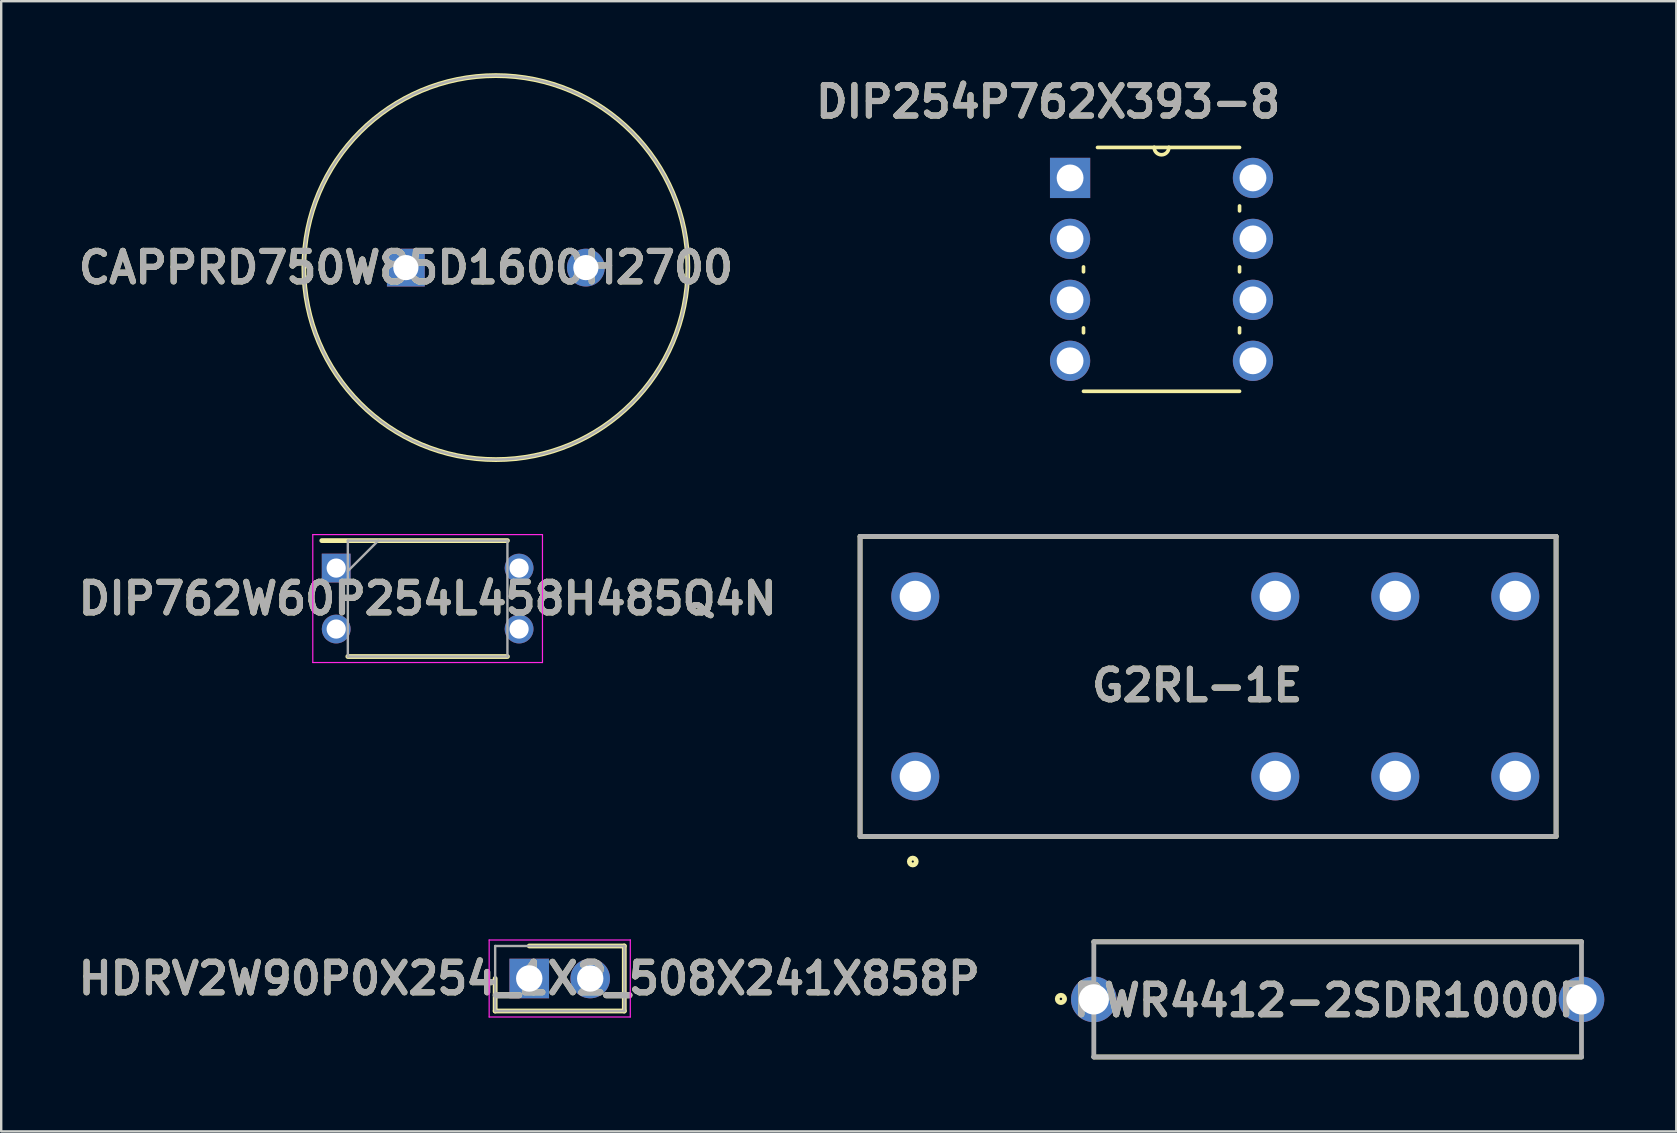
<source format=kicad_pcb>
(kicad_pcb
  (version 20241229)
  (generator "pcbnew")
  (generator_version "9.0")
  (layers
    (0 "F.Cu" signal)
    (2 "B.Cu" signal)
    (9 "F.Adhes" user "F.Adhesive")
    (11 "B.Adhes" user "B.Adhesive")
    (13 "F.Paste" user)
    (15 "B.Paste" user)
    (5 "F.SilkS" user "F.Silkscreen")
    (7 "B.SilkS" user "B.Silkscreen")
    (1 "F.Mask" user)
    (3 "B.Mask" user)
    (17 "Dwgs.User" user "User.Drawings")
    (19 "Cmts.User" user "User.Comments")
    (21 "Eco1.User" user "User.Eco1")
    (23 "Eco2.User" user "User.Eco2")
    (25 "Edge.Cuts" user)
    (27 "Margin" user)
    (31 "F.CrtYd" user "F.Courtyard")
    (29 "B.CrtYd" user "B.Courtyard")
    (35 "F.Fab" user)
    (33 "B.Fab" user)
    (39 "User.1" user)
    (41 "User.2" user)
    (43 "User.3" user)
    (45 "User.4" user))
  (footprint "CAPPRD750W85D1600H2700"
    (layer "F.Cu")
    (at 13.861 8.1)
    (property "Reference" "CAPPRD750W85D1600H2700" (at 0 0 0) (layer "F.SilkS") (effects (font (size 1.27 1.27) (thickness 0.254))))
    (attr through_hole)
    (fp_circle (center 3.75 0) (end 3.75 8) (stroke (width 0.2) (type solid)) (fill no) (layer "F.SilkS"))
    (fp_circle (center 3.75 0) (end 3.75 8) (stroke (width 0.1) (type solid)) (fill no) (layer "F.Fab"))
    (fp_text user "${REFERENCE}" (at 0 0 0) (layer "F.Fab") (effects (font (size 1.27 1.27) (thickness 0.254))))
    (pad "1" thru_hole rect (at 0 0) (size 1.575 1.575) (drill 1.05) (layers "*.Cu" "*.Mask"))
    (pad "2" thru_hole circle (at 7.5 0) (size 1.575 1.575) (drill 1.05) (layers "*.Cu" "*.Mask")))
  (footprint "PWR4412-2SDR1000F"
    (layer "F.Cu")
    (at 52.686 38.591)
    (property "Reference" "PWR4412-2SDR1000F" (at -0.338 0.045 0) (layer "F.SilkS") (effects (font (size 1.27 1.27) (thickness 0.254))))
    (attr through_hole)
    (fp_line (start -10.16 -2.4) (end 10.16 -2.4) (stroke (width 0.2) (type solid)) (layer "F.SilkS"))
    (fp_line (start 10.16 2.4) (end -10.16 2.4) (stroke (width 0.2) (type solid)) (layer "F.SilkS"))
    (fp_circle (center -11.531 -0.02) (end -11.531 0.032) (stroke (width 0.2) (type solid)) (fill no) (layer "F.SilkS"))
    (fp_line (start -10.16 -2.4) (end 10.16 -2.4) (stroke (width 0.2) (type solid)) (layer "F.Fab"))
    (fp_line (start -10.16 2.4) (end -10.16 -2.4) (stroke (width 0.2) (type solid)) (layer "F.Fab"))
    (fp_line (start 10.16 -2.4) (end 10.16 2.4) (stroke (width 0.2) (type solid)) (layer "F.Fab"))
    (fp_line (start 10.16 2.4) (end -10.16 2.4) (stroke (width 0.2) (type solid)) (layer "F.Fab"))
    (fp_text user "${REFERENCE}" (at -0.338 0.045 0) (layer "F.Fab") (effects (font (size 1.27 1.27) (thickness 0.254))))
    (pad "1" thru_hole circle (at -10.16 0) (size 1.9 1.9) (drill 1.26) (layers "*.Cu" "*.Mask"))
    (pad "2" thru_hole circle (at 10.16 0) (size 1.9 1.9) (drill 1.26) (layers "*.Cu" "*.Mask")))
  (footprint "HDRV2W90P0X254_1X2_508X241X858P"
    (layer "F.Cu")
    (at 19.002 37.721)
    (property "Reference" "HDRV2W90P0X254_1X2_508X241X858P" (at 0 0 0) (layer "F.SilkS") (effects (font (size 1.27 1.27) (thickness 0.254))))
    (attr through_hole)
    (fp_line (start -1.42 0) (end -1.42 1.355) (stroke (width 0.2) (type solid)) (layer "F.SilkS"))
    (fp_line (start -1.42 1.355) (end 3.96 1.355) (stroke (width 0.2) (type solid)) (layer "F.SilkS"))
    (fp_line (start 3.96 -1.355) (end 0 -1.355) (stroke (width 0.2) (type solid)) (layer "F.SilkS"))
    (fp_line (start 3.96 1.355) (end 3.96 -1.355) (stroke (width 0.2) (type solid)) (layer "F.SilkS"))
    (fp_line (start -1.67 -1.605) (end 4.21 -1.605) (stroke (width 0.05) (type solid)) (layer "F.CrtYd"))
    (fp_line (start -1.67 1.605) (end -1.67 -1.605) (stroke (width 0.05) (type solid)) (layer "F.CrtYd"))
    (fp_line (start 4.21 -1.605) (end 4.21 1.605) (stroke (width 0.05) (type solid)) (layer "F.CrtYd"))
    (fp_line (start 4.21 1.605) (end -1.67 1.605) (stroke (width 0.05) (type solid)) (layer "F.CrtYd"))
    (fp_line (start -1.42 -1.355) (end 3.96 -1.355) (stroke (width 0.1) (type solid)) (layer "F.Fab"))
    (fp_line (start -1.42 1.355) (end -1.42 -1.355) (stroke (width 0.1) (type solid)) (layer "F.Fab"))
    (fp_line (start 3.96 -1.355) (end 3.96 1.355) (stroke (width 0.1) (type solid)) (layer "F.Fab"))
    (fp_line (start 3.96 1.355) (end -1.42 1.355) (stroke (width 0.1) (type solid)) (layer "F.Fab"))
    (fp_text user "${REFERENCE}" (at 0 0 0) (layer "F.Fab") (effects (font (size 1.27 1.27) (thickness 0.254))))
    (pad "1" thru_hole rect (at 0 0) (size 1.65 1.65) (drill 1.1) (layers "*.Cu" "*.Mask"))
    (pad "2" thru_hole circle (at 2.54 0) (size 1.65 1.65) (drill 1.1) (layers "*.Cu" "*.Mask")))
  (footprint "DIP762W60P254L458H485Q4N"
    (layer "F.Cu")
    (at 14.768 21.89)
    (property "Reference" "DIP762W60P254L458H485Q4N" (at 0 0 0) (layer "F.SilkS") (effects (font (size 1.27 1.27) (thickness 0.254))))
    (attr through_hole)
    (fp_line (start -4.41 -2.415) (end 3.325 -2.415) (stroke (width 0.2) (type solid)) (layer "F.SilkS"))
    (fp_line (start -3.325 2.415) (end 3.325 2.415) (stroke (width 0.2) (type solid)) (layer "F.SilkS"))
    (fp_line (start -4.785 -2.665) (end 4.785 -2.665) (stroke (width 0.05) (type solid)) (layer "F.CrtYd"))
    (fp_line (start -4.785 2.665) (end -4.785 -2.665) (stroke (width 0.05) (type solid)) (layer "F.CrtYd"))
    (fp_line (start 4.785 -2.665) (end 4.785 2.665) (stroke (width 0.05) (type solid)) (layer "F.CrtYd"))
    (fp_line (start 4.785 2.665) (end -4.785 2.665) (stroke (width 0.05) (type solid)) (layer "F.CrtYd"))
    (fp_line (start -3.325 -2.415) (end 3.325 -2.415) (stroke (width 0.1) (type solid)) (layer "F.Fab"))
    (fp_line (start -3.325 -1.145) (end -2.055 -2.415) (stroke (width 0.1) (type solid)) (layer "F.Fab"))
    (fp_line (start -3.325 2.415) (end -3.325 -2.415) (stroke (width 0.1) (type solid)) (layer "F.Fab"))
    (fp_line (start 3.325 -2.415) (end 3.325 2.415) (stroke (width 0.1) (type solid)) (layer "F.Fab"))
    (fp_line (start 3.325 2.415) (end -3.325 2.415) (stroke (width 0.1) (type solid)) (layer "F.Fab"))
    (fp_text user "${REFERENCE}" (at 0 0 0) (layer "F.Fab") (effects (font (size 1.27 1.27) (thickness 0.254))))
    (pad "1" thru_hole rect (at -3.81 -1.27) (size 1.2 1.2) (drill 0.8) (layers "*.Cu" "*.Mask"))
    (pad "2" thru_hole circle (at -3.81 1.27) (size 1.2 1.2) (drill 0.8) (layers "*.Cu" "*.Mask"))
    (pad "3" thru_hole circle (at 3.81 1.27) (size 1.2 1.2) (drill 0.8) (layers "*.Cu" "*.Mask"))
    (pad "4" thru_hole circle (at 3.81 -1.27) (size 1.2 1.2) (drill 0.8) (layers "*.Cu" "*.Mask")))
  (footprint "DIP254P762X393-8"
    (layer "F.Cu")
    (at 49.157 11.984)
    (property "Reference" "DIP254P762X393-8" (at -8.534 -10.795 0) (layer "F.SilkS") (effects (font (size 1.27 1.27) (thickness 0.254))))
    (attr through_hole)
    (fp_line (start -7.061 -3.912) (end -7.061 -3.708) (stroke (width 0.152) (type solid)) (layer "F.SilkS"))
    (fp_line (start -7.061 -1.372) (end -7.061 -1.168) (stroke (width 0.152) (type solid)) (layer "F.SilkS"))
    (fp_line (start -7.061 1.27) (end -0.559 1.27) (stroke (width 0.152) (type solid)) (layer "F.SilkS"))
    (fp_line (start -4.115 -8.89) (end -6.477 -8.89) (stroke (width 0.152) (type solid)) (layer "F.SilkS"))
    (fp_line (start -3.505 -8.89) (end -4.115 -8.89) (stroke (width 0.152) (type solid)) (layer "F.SilkS"))
    (fp_line (start -0.559 -8.89) (end -3.505 -8.89) (stroke (width 0.152) (type solid)) (layer "F.SilkS"))
    (fp_line (start -0.559 -6.248) (end -0.559 -6.452) (stroke (width 0.152) (type solid)) (layer "F.SilkS"))
    (fp_line (start -0.559 -3.708) (end -0.559 -3.912) (stroke (width 0.152) (type solid)) (layer "F.SilkS"))
    (fp_line (start -0.559 -1.168) (end -0.559 -1.372) (stroke (width 0.152) (type solid)) (layer "F.SilkS"))
    (fp_arc (start -3.5052 -8.89) (mid -3.81 -8.5852) (end -4.1148 -8.89) (stroke (width 0.1524) (type solid)) (layer "F.SilkS"))
    (fp_text user "${REFERENCE}" (at -8.534 -10.795 0) (layer "F.Fab") (effects (font (size 1.27 1.27) (thickness 0.254))))
    (pad "1" thru_hole rect (at -7.62 -7.62) (size 1.676 1.676) (drill 1.118) (layers "*.Cu" "*.Mask"))
    (pad "2" thru_hole circle (at -7.62 -5.08) (size 1.676 1.676) (drill 1.118) (layers "*.Cu" "*.Mask"))
    (pad "3" thru_hole circle (at -7.62 -2.54) (size 1.676 1.676) (drill 1.118) (layers "*.Cu" "*.Mask"))
    (pad "4" thru_hole circle (at -7.62 0) (size 1.676 1.676) (drill 1.118) (layers "*.Cu" "*.Mask"))
    (pad "5" thru_hole circle (at 0 0) (size 1.676 1.676) (drill 1.118) (layers "*.Cu" "*.Mask"))
    (pad "6" thru_hole circle (at 0 -2.54) (size 1.676 1.676) (drill 1.118) (layers "*.Cu" "*.Mask"))
    (pad "7" thru_hole circle (at 0 -5.08) (size 1.676 1.676) (drill 1.118) (layers "*.Cu" "*.Mask"))
    (pad "8" thru_hole circle (at 0 -7.62) (size 1.676 1.676) (drill 1.118) (layers "*.Cu" "*.Mask")))
  (footprint "G2RL-1E"
    (layer "F.Cu")
    (at 32.787 31.8)
    (property "Reference" "G2RL-1E" (at 14.046 -6.29 0) (layer "F.SilkS") (effects (font (size 1.27 1.27) (thickness 0.254))))
    (attr through_hole)
    (fp_line (start 0 -12.5) (end 0 0) (stroke (width 0.2) (type solid)) (layer "F.SilkS"))
    (fp_line (start 0 0) (end 29 0) (stroke (width 0.2) (type solid)) (layer "F.SilkS"))
    (fp_line (start 29 -12.5) (end 0 -12.5) (stroke (width 0.2) (type solid)) (layer "F.SilkS"))
    (fp_line (start 29 0) (end 29 -12.5) (stroke (width 0.2) (type solid)) (layer "F.SilkS"))
    (fp_circle (center 2.196 1.047) (end 2.196 1.191) (stroke (width 0.2) (type solid)) (fill no) (layer "F.SilkS"))
    (fp_line (start 0 -12.5) (end 29 -12.5) (stroke (width 0.2) (type solid)) (layer "F.Fab"))
    (fp_line (start 0 0) (end 0 -12.5) (stroke (width 0.2) (type solid)) (layer "F.Fab"))
    (fp_line (start 29 -12.5) (end 29 0) (stroke (width 0.2) (type solid)) (layer "F.Fab"))
    (fp_line (start 29 0) (end 0 0) (stroke (width 0.2) (type solid)) (layer "F.Fab"))
    (fp_text user "${REFERENCE}" (at 14.046 -6.29 0) (layer "F.Fab") (effects (font (size 1.27 1.27) (thickness 0.254))))
    (pad "1" thru_hole circle (at 2.3 -2.5) (size 2 2) (drill 1.3) (layers "*.Cu" "*.Mask"))
    (pad "2" thru_hole circle (at 17.3 -2.5) (size 2 2) (drill 1.3) (layers "*.Cu" "*.Mask"))
    (pad "3" thru_hole circle (at 22.3 -2.5) (size 2 2) (drill 1.3) (layers "*.Cu" "*.Mask"))
    (pad "4" thru_hole circle (at 27.3 -2.5) (size 2 2) (drill 1.3) (layers "*.Cu" "*.Mask"))
    (pad "5" thru_hole circle (at 27.3 -10) (size 2 2) (drill 1.3) (layers "*.Cu" "*.Mask"))
    (pad "6" thru_hole circle (at 22.3 -10) (size 2 2) (drill 1.3) (layers "*.Cu" "*.Mask"))
    (pad "7" thru_hole circle (at 17.3 -10) (size 2 2) (drill 1.3) (layers "*.Cu" "*.Mask"))
    (pad "8" thru_hole circle (at 2.3 -10) (size 2 2) (drill 1.3) (layers "*.Cu" "*.Mask")))
  (gr_rect
    (start -3 -3)
    (end 66.796 44.091)
    (stroke (width 0.1) (type default))
    (fill no)
    (layer "Edge.Cuts")))
</source>
